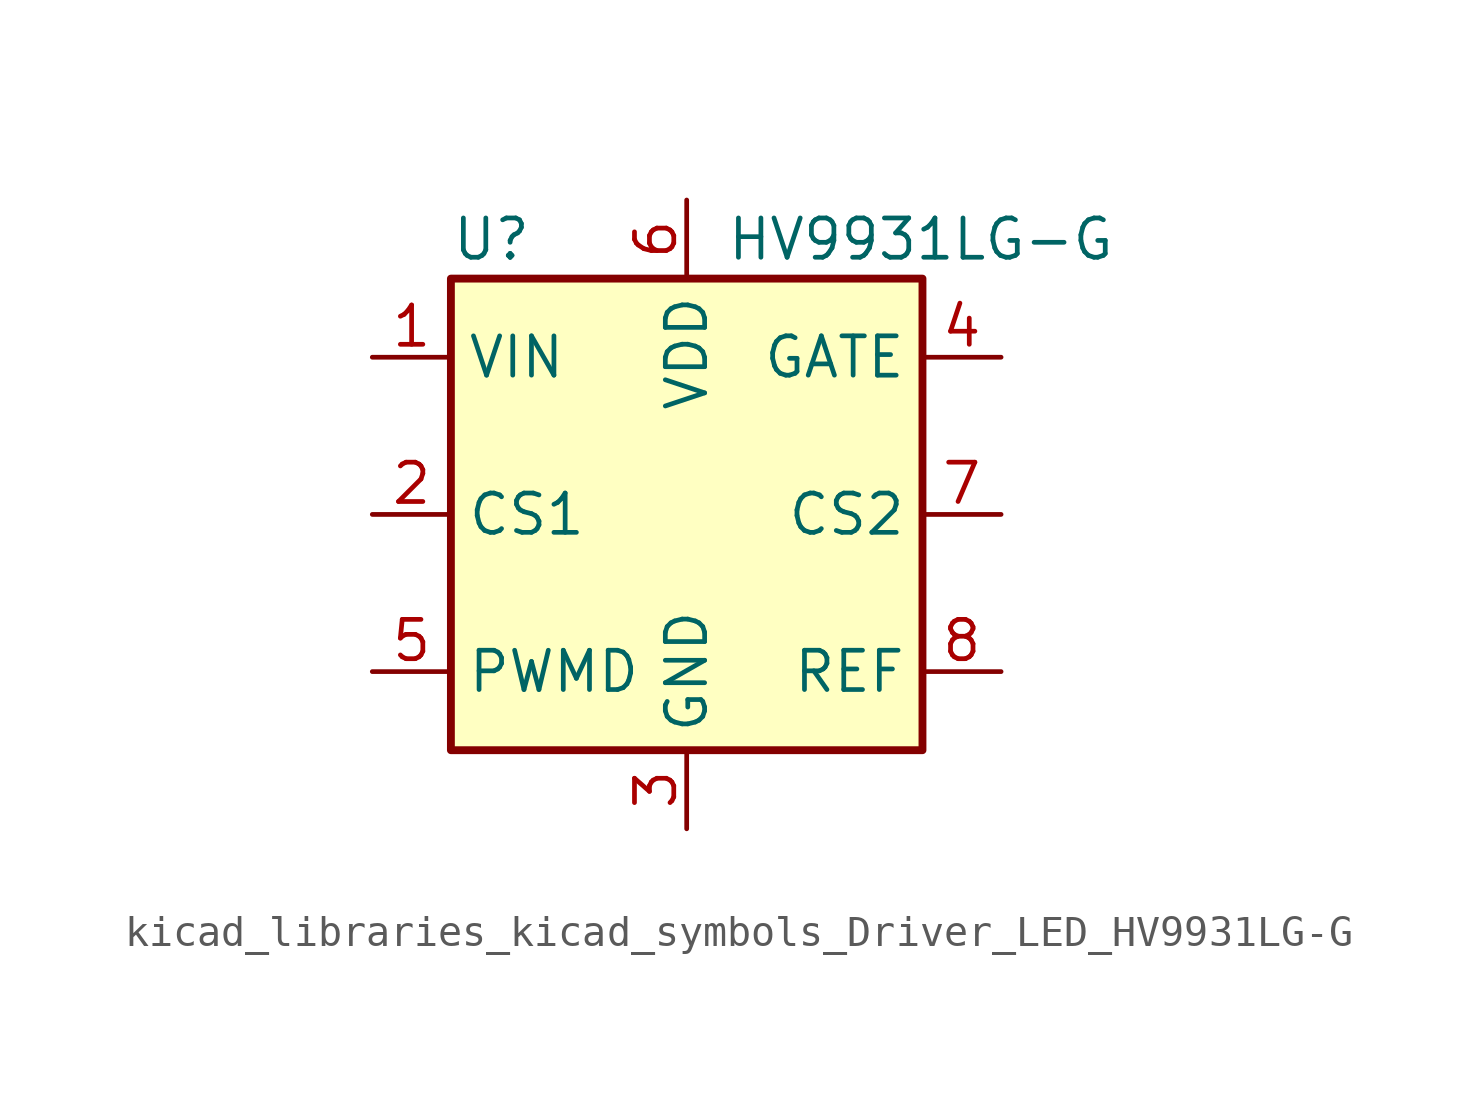
<source format=kicad_sym>
(kicad_symbol_lib
  (version 20220914)
  (generator kicad_symbol_editor)
  (symbol "kicad_libraries_kicad_symbols_Driver_LED_HV9931LG-G"
    (property "Reference" "U"
      (at -7.62 8.89 0)
      (effects (font (size 1.27 1.27)) (justify left)))
    (property "Value" "HV9931LG-G"
      (at 1.27 8.89 0)
      (effects (font (size 1.27 1.27)) (justify left)))
    (symbol "kicad_libraries_kicad_symbols_Driver_LED_HV9931LG-G_0_1"
      (rectangle (start -7.62 7.62) (end 7.62 -7.62) (stroke (width 0.254) (type default)) (fill (type background))))
    (symbol "kicad_libraries_kicad_symbols_Driver_LED_HV9931LG-G_1_1"
      (pin power_in line (at -10.16 5.08 0) (length 2.54) (name "VIN" (effects (font (size 1.27 1.27)))) (number "1" (effects (font (size 1.27 1.27)))))
      (pin input line (at -10.16 0 0) (length 2.54) (name "CS1" (effects (font (size 1.27 1.27)))) (number "2" (effects (font (size 1.27 1.27)))))
      (pin power_in line (at 0 -10.16 90) (length 2.54) (name "GND" (effects (font (size 1.27 1.27)))) (number "3" (effects (font (size 1.27 1.27)))))
      (pin output line (at 10.16 5.08 180) (length 2.54) (name "GATE" (effects (font (size 1.27 1.27)))) (number "4" (effects (font (size 1.27 1.27)))))
      (pin output line (at -10.16 -5.08 0) (length 2.54) (name "PWMD" (effects (font (size 1.27 1.27)))) (number "5" (effects (font (size 1.27 1.27)))))
      (pin power_out line (at 0 10.16 270) (length 2.54) (name "VDD" (effects (font (size 1.27 1.27)))) (number "6" (effects (font (size 1.27 1.27)))))
      (pin input line (at 10.16 0 180) (length 2.54) (name "CS2" (effects (font (size 1.27 1.27)))) (number "7" (effects (font (size 1.27 1.27)))))
      (pin input line (at 10.16 -5.08 180) (length 2.54) (name "REF" (effects (font (size 1.27 1.27)))) (number "8" (effects (font (size 1.27 1.27))))))))
</source>
